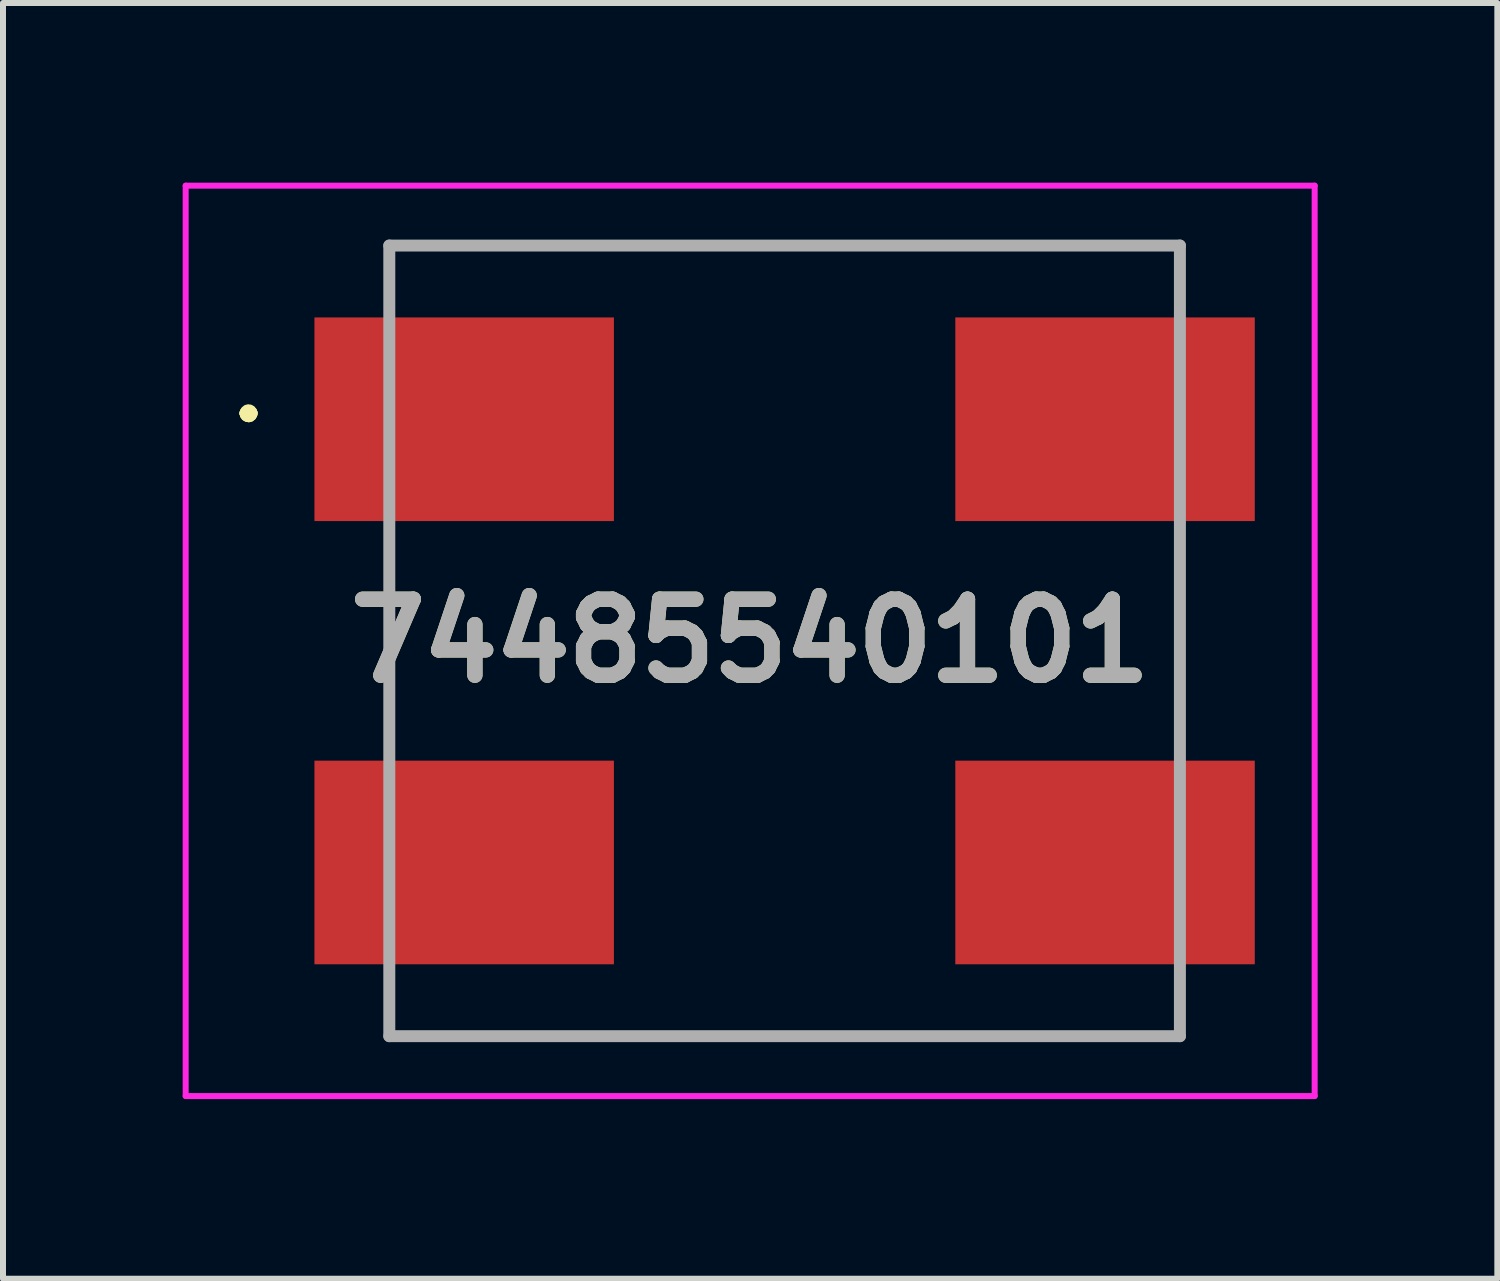
<source format=kicad_pcb>
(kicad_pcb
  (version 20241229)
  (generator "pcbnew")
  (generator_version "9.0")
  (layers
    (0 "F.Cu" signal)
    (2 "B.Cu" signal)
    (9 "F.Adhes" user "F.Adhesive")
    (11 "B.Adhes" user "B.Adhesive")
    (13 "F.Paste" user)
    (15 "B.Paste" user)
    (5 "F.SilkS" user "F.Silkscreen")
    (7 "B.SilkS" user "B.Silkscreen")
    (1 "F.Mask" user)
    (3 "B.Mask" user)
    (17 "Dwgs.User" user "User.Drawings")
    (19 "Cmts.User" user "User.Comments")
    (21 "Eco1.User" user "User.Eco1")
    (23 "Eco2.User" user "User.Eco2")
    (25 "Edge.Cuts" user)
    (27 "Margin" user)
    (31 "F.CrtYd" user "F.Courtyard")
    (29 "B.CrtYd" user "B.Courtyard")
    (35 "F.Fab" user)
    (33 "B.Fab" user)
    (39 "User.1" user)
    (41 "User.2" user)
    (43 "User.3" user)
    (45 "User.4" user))
  (footprint "74485540101"
    (layer "F.Cu")
    (at 10.05 7.65)
    (property "Reference" "74485540101" (at -0.575 0 0) (layer "F.SilkS") (effects (font (size 1.27 1.27) (thickness 0.254))))
    (attr smd)
    (fp_line (start -9 -3.8) (end -9 -3.8) (stroke (width 0.2) (type solid)) (layer "F.SilkS"))
    (fp_line (start -9 -3.8) (end -9 -3.8) (stroke (width 0.2) (type solid)) (layer "F.SilkS"))
    (fp_line (start -8.9 -3.8) (end -8.9 -3.8) (stroke (width 0.2) (type solid)) (layer "F.SilkS"))
    (fp_line (start -6.6 -6.6) (end -6.6 -6.6) (stroke (width 0.1) (type solid)) (layer "F.SilkS"))
    (fp_line (start -6.6 -6.6) (end -6.6 -6.6) (stroke (width 0.1) (type solid)) (layer "F.SilkS"))
    (fp_line (start -6.6 -6.6) (end -6.6 -6) (stroke (width 0.1) (type solid)) (layer "F.SilkS"))
    (fp_line (start -6.6 -6.6) (end 6.6 -6.6) (stroke (width 0.1) (type solid)) (layer "F.SilkS"))
    (fp_line (start -6.6 -6) (end -6.6 -6.6) (stroke (width 0.1) (type solid)) (layer "F.SilkS"))
    (fp_line (start -6.6 -6) (end -6.6 -6) (stroke (width 0.1) (type solid)) (layer "F.SilkS"))
    (fp_line (start -6.6 -1.25) (end -6.6 -1.25) (stroke (width 0.1) (type solid)) (layer "F.SilkS"))
    (fp_line (start -6.6 -1.25) (end -6.6 1.25) (stroke (width 0.1) (type solid)) (layer "F.SilkS"))
    (fp_line (start -6.6 1.25) (end -6.6 -1.25) (stroke (width 0.1) (type solid)) (layer "F.SilkS"))
    (fp_line (start -6.6 1.25) (end -6.6 1.25) (stroke (width 0.1) (type solid)) (layer "F.SilkS"))
    (fp_line (start -6.6 6) (end -6.6 6) (stroke (width 0.1) (type solid)) (layer "F.SilkS"))
    (fp_line (start -6.6 6) (end -6.6 6.6) (stroke (width 0.1) (type solid)) (layer "F.SilkS"))
    (fp_line (start -6.6 6.6) (end -6.6 6) (stroke (width 0.1) (type solid)) (layer "F.SilkS"))
    (fp_line (start -6.6 6.6) (end -6.6 6.6) (stroke (width 0.1) (type solid)) (layer "F.SilkS"))
    (fp_line (start -6.6 6.6) (end -6.6 6.6) (stroke (width 0.1) (type solid)) (layer "F.SilkS"))
    (fp_line (start -6.6 6.6) (end 6.6 6.6) (stroke (width 0.1) (type solid)) (layer "F.SilkS"))
    (fp_line (start 6.6 -6.6) (end -6.6 -6.6) (stroke (width 0.1) (type solid)) (layer "F.SilkS"))
    (fp_line (start 6.6 -6.6) (end 6.6 -6.6) (stroke (width 0.1) (type solid)) (layer "F.SilkS"))
    (fp_line (start 6.6 -6.6) (end 6.6 -6.6) (stroke (width 0.1) (type solid)) (layer "F.SilkS"))
    (fp_line (start 6.6 -6.6) (end 6.6 -6) (stroke (width 0.1) (type solid)) (layer "F.SilkS"))
    (fp_line (start 6.6 -6) (end 6.6 -6.6) (stroke (width 0.1) (type solid)) (layer "F.SilkS"))
    (fp_line (start 6.6 -6) (end 6.6 -6) (stroke (width 0.1) (type solid)) (layer "F.SilkS"))
    (fp_line (start 6.6 -1.25) (end 6.6 -1.25) (stroke (width 0.1) (type solid)) (layer "F.SilkS"))
    (fp_line (start 6.6 -1.25) (end 6.6 1.25) (stroke (width 0.1) (type solid)) (layer "F.SilkS"))
    (fp_line (start 6.6 1.25) (end 6.6 -1.25) (stroke (width 0.1) (type solid)) (layer "F.SilkS"))
    (fp_line (start 6.6 1.25) (end 6.6 1.25) (stroke (width 0.1) (type solid)) (layer "F.SilkS"))
    (fp_line (start 6.6 6) (end 6.6 6) (stroke (width 0.1) (type solid)) (layer "F.SilkS"))
    (fp_line (start 6.6 6) (end 6.6 6.6) (stroke (width 0.1) (type solid)) (layer "F.SilkS"))
    (fp_line (start 6.6 6.6) (end -6.6 6.6) (stroke (width 0.1) (type solid)) (layer "F.SilkS"))
    (fp_line (start 6.6 6.6) (end 6.6 6) (stroke (width 0.1) (type solid)) (layer "F.SilkS"))
    (fp_line (start 6.6 6.6) (end 6.6 6.6) (stroke (width 0.1) (type solid)) (layer "F.SilkS"))
    (fp_line (start 6.6 6.6) (end 6.6 6.6) (stroke (width 0.1) (type solid)) (layer "F.SilkS"))
    (fp_arc (start -9 -3.8) (mid -8.95 -3.85) (end -8.9 -3.8) (stroke (width 0.2) (type solid)) (layer "F.SilkS"))
    (fp_arc (start -8.9 -3.8) (mid -8.95 -3.75) (end -9 -3.8) (stroke (width 0.2) (type solid)) (layer "F.SilkS"))
    (fp_arc (start -8.9 -3.8) (mid -8.95 -3.75) (end -9 -3.8) (stroke (width 0.2) (type solid)) (layer "F.SilkS"))
    (fp_line (start -10 -7.6) (end 8.85 -7.6) (stroke (width 0.1) (type solid)) (layer "F.CrtYd"))
    (fp_line (start -10 7.6) (end -10 -7.6) (stroke (width 0.1) (type solid)) (layer "F.CrtYd"))
    (fp_line (start 8.85 -7.6) (end 8.85 7.6) (stroke (width 0.1) (type solid)) (layer "F.CrtYd"))
    (fp_line (start 8.85 7.6) (end -10 7.6) (stroke (width 0.1) (type solid)) (layer "F.CrtYd"))
    (fp_line (start -6.6 -6.6) (end -6.6 6.6) (stroke (width 0.2) (type solid)) (layer "F.Fab"))
    (fp_line (start -6.6 6.6) (end 6.6 6.6) (stroke (width 0.2) (type solid)) (layer "F.Fab"))
    (fp_line (start 6.6 -6.6) (end -6.6 -6.6) (stroke (width 0.2) (type solid)) (layer "F.Fab"))
    (fp_line (start 6.6 6.6) (end 6.6 -6.6) (stroke (width 0.2) (type solid)) (layer "F.Fab"))
    (fp_text user "${REFERENCE}" (at -0.575 0 0) (layer "F.Fab") (effects (font (size 1.27 1.27) (thickness 0.254))))
    (pad "1" smd rect (at -5.35 -3.7 90) (size 3.4 5) (layers "F.Cu" "F.Mask" "F.Paste"))
    (pad "2" smd rect (at -5.35 3.7 90) (size 3.4 5) (layers "F.Cu" "F.Mask" "F.Paste"))
    (pad "3" smd rect (at 5.35 3.7 90) (size 3.4 5) (layers "F.Cu" "F.Mask" "F.Paste"))
    (pad "4" smd rect (at 5.35 -3.7 90) (size 3.4 5) (layers "F.Cu" "F.Mask" "F.Paste")))
  (gr_rect
    (start -3 -3)
    (end 21.95 18.3)
    (stroke (width 0.1) (type default))
    (fill no)
    (layer "Edge.Cuts")))
</source>
